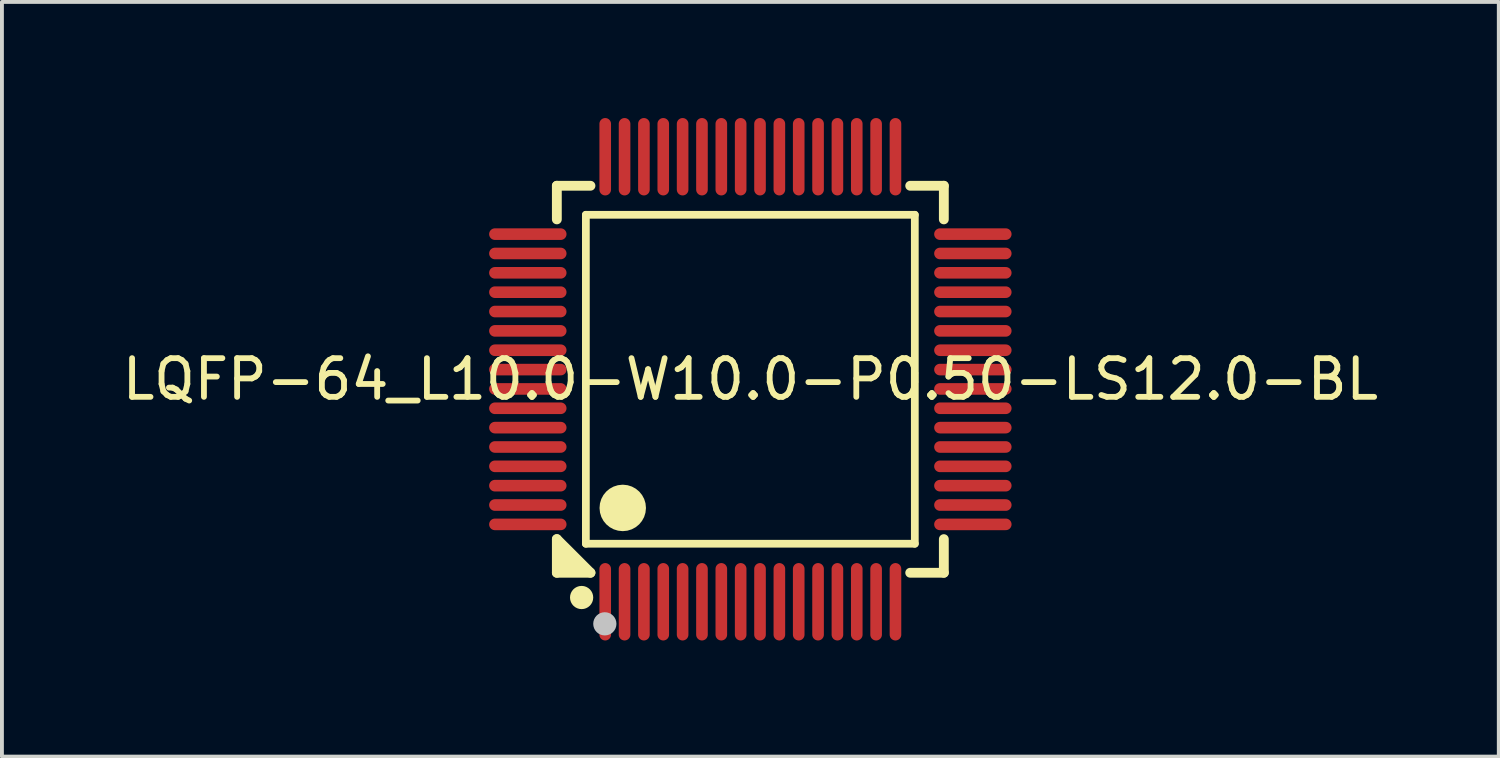
<source format=kicad_pcb>
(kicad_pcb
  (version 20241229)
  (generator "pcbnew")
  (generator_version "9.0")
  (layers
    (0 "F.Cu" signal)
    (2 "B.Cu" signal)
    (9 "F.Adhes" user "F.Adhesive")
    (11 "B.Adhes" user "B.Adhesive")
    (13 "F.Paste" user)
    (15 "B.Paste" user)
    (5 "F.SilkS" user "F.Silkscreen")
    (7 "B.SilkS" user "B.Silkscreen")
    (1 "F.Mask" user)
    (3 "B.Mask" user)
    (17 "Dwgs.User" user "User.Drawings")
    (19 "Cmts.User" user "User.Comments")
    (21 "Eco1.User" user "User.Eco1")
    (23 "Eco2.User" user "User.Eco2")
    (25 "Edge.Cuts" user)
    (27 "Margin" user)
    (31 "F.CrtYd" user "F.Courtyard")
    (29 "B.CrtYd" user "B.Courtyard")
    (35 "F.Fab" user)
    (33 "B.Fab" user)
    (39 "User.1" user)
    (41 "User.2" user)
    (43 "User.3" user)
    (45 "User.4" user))
  (footprint "LQFP-64_L10.0-W10.0-P0.50-LS12.0-BL"
    (layer "F.Cu")
    (at 16.339 6.75)
    (property "Reference" "LQFP-64_L10.0-W10.0-P0.50-LS12.0-BL" (at 0 0 0) (layer "F.SilkS") (effects (font (size 1 1) (thickness 0.15))))
    (fp_line (start -5 -5) (end -4.131 -5) (stroke (width 0.254) (type default)) (layer "F.SilkS"))
    (fp_line (start -5 -4.131) (end -5 -5) (stroke (width 0.254) (type default)) (layer "F.SilkS"))
    (fp_line (start -5 4.131) (end -4.131 5) (stroke (width 0.254) (type default)) (layer "F.SilkS"))
    (fp_line (start -5 5) (end -5 4.131) (stroke (width 0.254) (type default)) (layer "F.SilkS"))
    (fp_line (start -4.25 -4.25) (end -4.25 4.25) (stroke (width 0.2) (type default)) (layer "F.SilkS"))
    (fp_line (start -4.25 4.25) (end 4.25 4.25) (stroke (width 0.2) (type default)) (layer "F.SilkS"))
    (fp_line (start -4.131 5) (end -5 5) (stroke (width 0.254) (type default)) (layer "F.SilkS"))
    (fp_line (start 4.25 -4.25) (end -4.25 -4.25) (stroke (width 0.2) (type default)) (layer "F.SilkS"))
    (fp_line (start 4.25 4.25) (end 4.25 -4.25) (stroke (width 0.2) (type default)) (layer "F.SilkS"))
    (fp_line (start 5 -5) (end 4.131 -5) (stroke (width 0.254) (type default)) (layer "F.SilkS"))
    (fp_line (start 5 -5) (end 5 -4.131) (stroke (width 0.254) (type default)) (layer "F.SilkS"))
    (fp_line (start 5 4.131) (end 5 5) (stroke (width 0.254) (type default)) (layer "F.SilkS"))
    (fp_line (start 5 5) (end 4.131 5) (stroke (width 0.254) (type default)) (layer "F.SilkS"))
    (fp_arc (start -4.3585 5.49) (mid -4.36 5.790007) (end -4.3615 5.49) (stroke (width 0.3) (type default)) (layer "F.SilkS"))
    (fp_arc (start -3.2945 3.025) (mid -3.297 3.62501) (end -3.2995 3.025) (stroke (width 0.6) (type default)) (layer "F.SilkS"))
    (fp_poly (pts (xy -4.131 5) (xy -5 4.131) (xy -5 5)) (stroke (width 0) (type default)) (fill yes) (layer "F.SilkS"))
    (fp_circle (center -3.76 6.32) (end -3.61 6.32) (stroke (width 0.3) (type default)) (fill no) (layer "Dwgs.User"))
    (fp_poly (pts (xy -6 -3.64) (xy -6 -3.86) (xy -5.4 -3.86) (xy -5.4 -3.64)) (stroke (width 0.1) (type default)) (fill no) (layer "User.1"))
    (fp_poly (pts (xy -6 -3.14) (xy -6 -3.36) (xy -5.4 -3.36) (xy -5.4 -3.14)) (stroke (width 0.1) (type default)) (fill no) (layer "User.1"))
    (fp_poly (pts (xy -6 -2.64) (xy -6 -2.86) (xy -5.4 -2.86) (xy -5.4 -2.64)) (stroke (width 0.1) (type default)) (fill no) (layer "User.1"))
    (fp_poly (pts (xy -6 -2.14) (xy -6 -2.36) (xy -5.4 -2.36) (xy -5.4 -2.14)) (stroke (width 0.1) (type default)) (fill no) (layer "User.1"))
    (fp_poly (pts (xy -6 -1.64) (xy -6 -1.86) (xy -5.4 -1.86) (xy -5.4 -1.64)) (stroke (width 0.1) (type default)) (fill no) (layer "User.1"))
    (fp_poly (pts (xy -6 -1.14) (xy -6 -1.36) (xy -5.4 -1.36) (xy -5.4 -1.14)) (stroke (width 0.1) (type default)) (fill no) (layer "User.1"))
    (fp_poly (pts (xy -6 -0.64) (xy -6 -0.86) (xy -5.4 -0.86) (xy -5.4 -0.64)) (stroke (width 0.1) (type default)) (fill no) (layer "User.1"))
    (fp_poly (pts (xy -6 -0.14) (xy -6 -0.36) (xy -5.4 -0.36) (xy -5.4 -0.14)) (stroke (width 0.1) (type default)) (fill no) (layer "User.1"))
    (fp_poly (pts (xy -6 0.36) (xy -6 0.14) (xy -5.4 0.14) (xy -5.4 0.36)) (stroke (width 0.1) (type default)) (fill no) (layer "User.1"))
    (fp_poly (pts (xy -6 0.86) (xy -6 0.64) (xy -5.4 0.64) (xy -5.4 0.86)) (stroke (width 0.1) (type default)) (fill no) (layer "User.1"))
    (fp_poly (pts (xy -6 1.36) (xy -6 1.14) (xy -5.4 1.14) (xy -5.4 1.36)) (stroke (width 0.1) (type default)) (fill no) (layer "User.1"))
    (fp_poly (pts (xy -6 1.86) (xy -6 1.64) (xy -5.4 1.64) (xy -5.4 1.86)) (stroke (width 0.1) (type default)) (fill no) (layer "User.1"))
    (fp_poly (pts (xy -6 2.36) (xy -6 2.14) (xy -5.4 2.14) (xy -5.4 2.36)) (stroke (width 0.1) (type default)) (fill no) (layer "User.1"))
    (fp_poly (pts (xy -6 2.86) (xy -6 2.64) (xy -5.4 2.64) (xy -5.4 2.86)) (stroke (width 0.1) (type default)) (fill no) (layer "User.1"))
    (fp_poly (pts (xy -6 3.36) (xy -6 3.14) (xy -5.4 3.14) (xy -5.4 3.36)) (stroke (width 0.1) (type default)) (fill no) (layer "User.1"))
    (fp_poly (pts (xy -6 3.86) (xy -6 3.64) (xy -5.4 3.64) (xy -5.4 3.86)) (stroke (width 0.1) (type default)) (fill no) (layer "User.1"))
    (fp_poly (pts (xy -5.41 -3.64) (xy -5.41 -3.86) (xy -4.99 -3.86) (xy -4.99 -3.64)) (stroke (width 0.1) (type default)) (fill no) (layer "User.1"))
    (fp_poly (pts (xy -5.41 -3.14) (xy -5.41 -3.36) (xy -4.99 -3.36) (xy -4.99 -3.14)) (stroke (width 0.1) (type default)) (fill no) (layer "User.1"))
    (fp_poly (pts (xy -5.41 -2.64) (xy -5.41 -2.86) (xy -4.99 -2.86) (xy -4.99 -2.64)) (stroke (width 0.1) (type default)) (fill no) (layer "User.1"))
    (fp_poly (pts (xy -5.41 -2.14) (xy -5.41 -2.36) (xy -4.99 -2.36) (xy -4.99 -2.14)) (stroke (width 0.1) (type default)) (fill no) (layer "User.1"))
    (fp_poly (pts (xy -5.41 -1.64) (xy -5.41 -1.86) (xy -4.99 -1.86) (xy -4.99 -1.64)) (stroke (width 0.1) (type default)) (fill no) (layer "User.1"))
    (fp_poly (pts (xy -5.41 -1.14) (xy -5.41 -1.36) (xy -4.99 -1.36) (xy -4.99 -1.14)) (stroke (width 0.1) (type default)) (fill no) (layer "User.1"))
    (fp_poly (pts (xy -5.41 -0.64) (xy -5.41 -0.86) (xy -4.99 -0.86) (xy -4.99 -0.64)) (stroke (width 0.1) (type default)) (fill no) (layer "User.1"))
    (fp_poly (pts (xy -5.41 -0.14) (xy -5.41 -0.36) (xy -4.99 -0.36) (xy -4.99 -0.14)) (stroke (width 0.1) (type default)) (fill no) (layer "User.1"))
    (fp_poly (pts (xy -5.41 0.36) (xy -5.41 0.14) (xy -4.99 0.14) (xy -4.99 0.36)) (stroke (width 0.1) (type default)) (fill no) (layer "User.1"))
    (fp_poly (pts (xy -5.41 0.86) (xy -5.41 0.64) (xy -4.99 0.64) (xy -4.99 0.86)) (stroke (width 0.1) (type default)) (fill no) (layer "User.1"))
    (fp_poly (pts (xy -5.41 1.36) (xy -5.41 1.14) (xy -4.99 1.14) (xy -4.99 1.36)) (stroke (width 0.1) (type default)) (fill no) (layer "User.1"))
    (fp_poly (pts (xy -5.41 1.86) (xy -5.41 1.64) (xy -4.99 1.64) (xy -4.99 1.86)) (stroke (width 0.1) (type default)) (fill no) (layer "User.1"))
    (fp_poly (pts (xy -5.41 2.36) (xy -5.41 2.14) (xy -4.99 2.14) (xy -4.99 2.36)) (stroke (width 0.1) (type default)) (fill no) (layer "User.1"))
    (fp_poly (pts (xy -5.41 2.86) (xy -5.41 2.64) (xy -4.99 2.64) (xy -4.99 2.86)) (stroke (width 0.1) (type default)) (fill no) (layer "User.1"))
    (fp_poly (pts (xy -5.41 3.36) (xy -5.41 3.14) (xy -4.99 3.14) (xy -4.99 3.36)) (stroke (width 0.1) (type default)) (fill no) (layer "User.1"))
    (fp_poly (pts (xy -5.41 3.86) (xy -5.41 3.64) (xy -4.99 3.64) (xy -4.99 3.86)) (stroke (width 0.1) (type default)) (fill no) (layer "User.1"))
    (fp_poly (pts (xy -3.86 -5.4) (xy -3.86 -6) (xy -3.64 -6) (xy -3.64 -5.4)) (stroke (width 0.1) (type default)) (fill no) (layer "User.1"))
    (fp_poly (pts (xy -3.86 -4.99) (xy -3.86 -5.41) (xy -3.64 -5.41) (xy -3.64 -4.99)) (stroke (width 0.1) (type default)) (fill no) (layer "User.1"))
    (fp_poly (pts (xy -3.86 5.41) (xy -3.86 4.99) (xy -3.64 4.99) (xy -3.64 5.41)) (stroke (width 0.1) (type default)) (fill no) (layer "User.1"))
    (fp_poly (pts (xy -3.86 6) (xy -3.86 5.4) (xy -3.64 5.4) (xy -3.64 6)) (stroke (width 0.1) (type default)) (fill no) (layer "User.1"))
    (fp_poly (pts (xy -3.36 -5.4) (xy -3.36 -6) (xy -3.14 -6) (xy -3.14 -5.4)) (stroke (width 0.1) (type default)) (fill no) (layer "User.1"))
    (fp_poly (pts (xy -3.36 -4.99) (xy -3.36 -5.41) (xy -3.14 -5.41) (xy -3.14 -4.99)) (stroke (width 0.1) (type default)) (fill no) (layer "User.1"))
    (fp_poly (pts (xy -3.36 5.41) (xy -3.36 4.99) (xy -3.14 4.99) (xy -3.14 5.41)) (stroke (width 0.1) (type default)) (fill no) (layer "User.1"))
    (fp_poly (pts (xy -3.36 6) (xy -3.36 5.4) (xy -3.14 5.4) (xy -3.14 6)) (stroke (width 0.1) (type default)) (fill no) (layer "User.1"))
    (fp_poly (pts (xy -2.86 -5.4) (xy -2.86 -6) (xy -2.64 -6) (xy -2.64 -5.4)) (stroke (width 0.1) (type default)) (fill no) (layer "User.1"))
    (fp_poly (pts (xy -2.86 -4.99) (xy -2.86 -5.41) (xy -2.64 -5.41) (xy -2.64 -4.99)) (stroke (width 0.1) (type default)) (fill no) (layer "User.1"))
    (fp_poly (pts (xy -2.86 5.41) (xy -2.86 4.99) (xy -2.64 4.99) (xy -2.64 5.41)) (stroke (width 0.1) (type default)) (fill no) (layer "User.1"))
    (fp_poly (pts (xy -2.86 6) (xy -2.86 5.4) (xy -2.64 5.4) (xy -2.64 6)) (stroke (width 0.1) (type default)) (fill no) (layer "User.1"))
    (fp_poly (pts (xy -2.36 -5.4) (xy -2.36 -6) (xy -2.14 -6) (xy -2.14 -5.4)) (stroke (width 0.1) (type default)) (fill no) (layer "User.1"))
    (fp_poly (pts (xy -2.36 -4.99) (xy -2.36 -5.41) (xy -2.14 -5.41) (xy -2.14 -4.99)) (stroke (width 0.1) (type default)) (fill no) (layer "User.1"))
    (fp_poly (pts (xy -2.36 5.41) (xy -2.36 4.99) (xy -2.14 4.99) (xy -2.14 5.41)) (stroke (width 0.1) (type default)) (fill no) (layer "User.1"))
    (fp_poly (pts (xy -2.36 6) (xy -2.36 5.4) (xy -2.14 5.4) (xy -2.14 6)) (stroke (width 0.1) (type default)) (fill no) (layer "User.1"))
    (fp_poly (pts (xy -1.86 -5.4) (xy -1.86 -6) (xy -1.64 -6) (xy -1.64 -5.4)) (stroke (width 0.1) (type default)) (fill no) (layer "User.1"))
    (fp_poly (pts (xy -1.86 -4.99) (xy -1.86 -5.41) (xy -1.64 -5.41) (xy -1.64 -4.99)) (stroke (width 0.1) (type default)) (fill no) (layer "User.1"))
    (fp_poly (pts (xy -1.86 5.41) (xy -1.86 4.99) (xy -1.64 4.99) (xy -1.64 5.41)) (stroke (width 0.1) (type default)) (fill no) (layer "User.1"))
    (fp_poly (pts (xy -1.86 6) (xy -1.86 5.4) (xy -1.64 5.4) (xy -1.64 6)) (stroke (width 0.1) (type default)) (fill no) (layer "User.1"))
    (fp_poly (pts (xy -1.36 -5.4) (xy -1.36 -6) (xy -1.14 -6) (xy -1.14 -5.4)) (stroke (width 0.1) (type default)) (fill no) (layer "User.1"))
    (fp_poly (pts (xy -1.36 -4.99) (xy -1.36 -5.41) (xy -1.14 -5.41) (xy -1.14 -4.99)) (stroke (width 0.1) (type default)) (fill no) (layer "User.1"))
    (fp_poly (pts (xy -1.36 5.41) (xy -1.36 4.99) (xy -1.14 4.99) (xy -1.14 5.41)) (stroke (width 0.1) (type default)) (fill no) (layer "User.1"))
    (fp_poly (pts (xy -1.36 6) (xy -1.36 5.4) (xy -1.14 5.4) (xy -1.14 6)) (stroke (width 0.1) (type default)) (fill no) (layer "User.1"))
    (fp_poly (pts (xy -0.86 -5.4) (xy -0.86 -6) (xy -0.64 -6) (xy -0.64 -5.4)) (stroke (width 0.1) (type default)) (fill no) (layer "User.1"))
    (fp_poly (pts (xy -0.86 -4.99) (xy -0.86 -5.41) (xy -0.64 -5.41) (xy -0.64 -4.99)) (stroke (width 0.1) (type default)) (fill no) (layer "User.1"))
    (fp_poly (pts (xy -0.86 5.41) (xy -0.86 4.99) (xy -0.64 4.99) (xy -0.64 5.41)) (stroke (width 0.1) (type default)) (fill no) (layer "User.1"))
    (fp_poly (pts (xy -0.86 6) (xy -0.86 5.4) (xy -0.64 5.4) (xy -0.64 6)) (stroke (width 0.1) (type default)) (fill no) (layer "User.1"))
    (fp_poly (pts (xy -0.36 -5.4) (xy -0.36 -6) (xy -0.14 -6) (xy -0.14 -5.4)) (stroke (width 0.1) (type default)) (fill no) (layer "User.1"))
    (fp_poly (pts (xy -0.36 -4.99) (xy -0.36 -5.41) (xy -0.14 -5.41) (xy -0.14 -4.99)) (stroke (width 0.1) (type default)) (fill no) (layer "User.1"))
    (fp_poly (pts (xy -0.36 5.41) (xy -0.36 4.99) (xy -0.14 4.99) (xy -0.14 5.41)) (stroke (width 0.1) (type default)) (fill no) (layer "User.1"))
    (fp_poly (pts (xy -0.36 6) (xy -0.36 5.4) (xy -0.14 5.4) (xy -0.14 6)) (stroke (width 0.1) (type default)) (fill no) (layer "User.1"))
    (fp_poly (pts (xy 0.14 -5.4) (xy 0.14 -6) (xy 0.36 -6) (xy 0.36 -5.4)) (stroke (width 0.1) (type default)) (fill no) (layer "User.1"))
    (fp_poly (pts (xy 0.14 -4.99) (xy 0.14 -5.41) (xy 0.36 -5.41) (xy 0.36 -4.99)) (stroke (width 0.1) (type default)) (fill no) (layer "User.1"))
    (fp_poly (pts (xy 0.14 5.41) (xy 0.14 4.99) (xy 0.36 4.99) (xy 0.36 5.41)) (stroke (width 0.1) (type default)) (fill no) (layer "User.1"))
    (fp_poly (pts (xy 0.14 6) (xy 0.14 5.4) (xy 0.36 5.4) (xy 0.36 6)) (stroke (width 0.1) (type default)) (fill no) (layer "User.1"))
    (fp_poly (pts (xy 0.64 -5.4) (xy 0.64 -6) (xy 0.86 -6) (xy 0.86 -5.4)) (stroke (width 0.1) (type default)) (fill no) (layer "User.1"))
    (fp_poly (pts (xy 0.64 -4.99) (xy 0.64 -5.41) (xy 0.86 -5.41) (xy 0.86 -4.99)) (stroke (width 0.1) (type default)) (fill no) (layer "User.1"))
    (fp_poly (pts (xy 0.64 5.41) (xy 0.64 4.99) (xy 0.86 4.99) (xy 0.86 5.41)) (stroke (width 0.1) (type default)) (fill no) (layer "User.1"))
    (fp_poly (pts (xy 0.64 6) (xy 0.64 5.4) (xy 0.86 5.4) (xy 0.86 6)) (stroke (width 0.1) (type default)) (fill no) (layer "User.1"))
    (fp_poly (pts (xy 1.14 -5.4) (xy 1.14 -6) (xy 1.36 -6) (xy 1.36 -5.4)) (stroke (width 0.1) (type default)) (fill no) (layer "User.1"))
    (fp_poly (pts (xy 1.14 -4.99) (xy 1.14 -5.41) (xy 1.36 -5.41) (xy 1.36 -4.99)) (stroke (width 0.1) (type default)) (fill no) (layer "User.1"))
    (fp_poly (pts (xy 1.14 5.41) (xy 1.14 4.99) (xy 1.36 4.99) (xy 1.36 5.41)) (stroke (width 0.1) (type default)) (fill no) (layer "User.1"))
    (fp_poly (pts (xy 1.14 6) (xy 1.14 5.4) (xy 1.36 5.4) (xy 1.36 6)) (stroke (width 0.1) (type default)) (fill no) (layer "User.1"))
    (fp_poly (pts (xy 1.64 -5.4) (xy 1.64 -6) (xy 1.86 -6) (xy 1.86 -5.4)) (stroke (width 0.1) (type default)) (fill no) (layer "User.1"))
    (fp_poly (pts (xy 1.64 -4.99) (xy 1.64 -5.41) (xy 1.86 -5.41) (xy 1.86 -4.99)) (stroke (width 0.1) (type default)) (fill no) (layer "User.1"))
    (fp_poly (pts (xy 1.64 5.41) (xy 1.64 4.99) (xy 1.86 4.99) (xy 1.86 5.41)) (stroke (width 0.1) (type default)) (fill no) (layer "User.1"))
    (fp_poly (pts (xy 1.64 6) (xy 1.64 5.4) (xy 1.86 5.4) (xy 1.86 6)) (stroke (width 0.1) (type default)) (fill no) (layer "User.1"))
    (fp_poly (pts (xy 2.14 -5.4) (xy 2.14 -6) (xy 2.36 -6) (xy 2.36 -5.4)) (stroke (width 0.1) (type default)) (fill no) (layer "User.1"))
    (fp_poly (pts (xy 2.14 -4.99) (xy 2.14 -5.41) (xy 2.36 -5.41) (xy 2.36 -4.99)) (stroke (width 0.1) (type default)) (fill no) (layer "User.1"))
    (fp_poly (pts (xy 2.14 5.41) (xy 2.14 4.99) (xy 2.36 4.99) (xy 2.36 5.41)) (stroke (width 0.1) (type default)) (fill no) (layer "User.1"))
    (fp_poly (pts (xy 2.14 6) (xy 2.14 5.4) (xy 2.36 5.4) (xy 2.36 6)) (stroke (width 0.1) (type default)) (fill no) (layer "User.1"))
    (fp_poly (pts (xy 2.64 -5.4) (xy 2.64 -6) (xy 2.86 -6) (xy 2.86 -5.4)) (stroke (width 0.1) (type default)) (fill no) (layer "User.1"))
    (fp_poly (pts (xy 2.64 -4.99) (xy 2.64 -5.41) (xy 2.86 -5.41) (xy 2.86 -4.99)) (stroke (width 0.1) (type default)) (fill no) (layer "User.1"))
    (fp_poly (pts (xy 2.64 5.41) (xy 2.64 4.99) (xy 2.86 4.99) (xy 2.86 5.41)) (stroke (width 0.1) (type default)) (fill no) (layer "User.1"))
    (fp_poly (pts (xy 2.64 6) (xy 2.64 5.4) (xy 2.86 5.4) (xy 2.86 6)) (stroke (width 0.1) (type default)) (fill no) (layer "User.1"))
    (fp_poly (pts (xy 3.14 -5.4) (xy 3.14 -6) (xy 3.36 -6) (xy 3.36 -5.4)) (stroke (width 0.1) (type default)) (fill no) (layer "User.1"))
    (fp_poly (pts (xy 3.14 -4.99) (xy 3.14 -5.41) (xy 3.36 -5.41) (xy 3.36 -4.99)) (stroke (width 0.1) (type default)) (fill no) (layer "User.1"))
    (fp_poly (pts (xy 3.14 5.41) (xy 3.14 4.99) (xy 3.36 4.99) (xy 3.36 5.41)) (stroke (width 0.1) (type default)) (fill no) (layer "User.1"))
    (fp_poly (pts (xy 3.14 6) (xy 3.14 5.4) (xy 3.36 5.4) (xy 3.36 6)) (stroke (width 0.1) (type default)) (fill no) (layer "User.1"))
    (fp_poly (pts (xy 3.64 -5.4) (xy 3.64 -6) (xy 3.86 -6) (xy 3.86 -5.4)) (stroke (width 0.1) (type default)) (fill no) (layer "User.1"))
    (fp_poly (pts (xy 3.64 -4.99) (xy 3.64 -5.41) (xy 3.86 -5.41) (xy 3.86 -4.99)) (stroke (width 0.1) (type default)) (fill no) (layer "User.1"))
    (fp_poly (pts (xy 3.64 5.41) (xy 3.64 4.99) (xy 3.86 4.99) (xy 3.86 5.41)) (stroke (width 0.1) (type default)) (fill no) (layer "User.1"))
    (fp_poly (pts (xy 3.64 6) (xy 3.64 5.4) (xy 3.86 5.4) (xy 3.86 6)) (stroke (width 0.1) (type default)) (fill no) (layer "User.1"))
    (fp_poly (pts (xy 4.99 -3.64) (xy 4.99 -3.86) (xy 5.41 -3.86) (xy 5.41 -3.64)) (stroke (width 0.1) (type default)) (fill no) (layer "User.1"))
    (fp_poly (pts (xy 4.99 -3.14) (xy 4.99 -3.36) (xy 5.41 -3.36) (xy 5.41 -3.14)) (stroke (width 0.1) (type default)) (fill no) (layer "User.1"))
    (fp_poly (pts (xy 4.99 -2.64) (xy 4.99 -2.86) (xy 5.41 -2.86) (xy 5.41 -2.64)) (stroke (width 0.1) (type default)) (fill no) (layer "User.1"))
    (fp_poly (pts (xy 4.99 -2.14) (xy 4.99 -2.36) (xy 5.41 -2.36) (xy 5.41 -2.14)) (stroke (width 0.1) (type default)) (fill no) (layer "User.1"))
    (fp_poly (pts (xy 4.99 -1.64) (xy 4.99 -1.86) (xy 5.41 -1.86) (xy 5.41 -1.64)) (stroke (width 0.1) (type default)) (fill no) (layer "User.1"))
    (fp_poly (pts (xy 4.99 -1.14) (xy 4.99 -1.36) (xy 5.41 -1.36) (xy 5.41 -1.14)) (stroke (width 0.1) (type default)) (fill no) (layer "User.1"))
    (fp_poly (pts (xy 4.99 -0.64) (xy 4.99 -0.86) (xy 5.41 -0.86) (xy 5.41 -0.64)) (stroke (width 0.1) (type default)) (fill no) (layer "User.1"))
    (fp_poly (pts (xy 4.99 -0.14) (xy 4.99 -0.36) (xy 5.41 -0.36) (xy 5.41 -0.14)) (stroke (width 0.1) (type default)) (fill no) (layer "User.1"))
    (fp_poly (pts (xy 4.99 0.36) (xy 4.99 0.14) (xy 5.41 0.14) (xy 5.41 0.36)) (stroke (width 0.1) (type default)) (fill no) (layer "User.1"))
    (fp_poly (pts (xy 4.99 0.86) (xy 4.99 0.64) (xy 5.41 0.64) (xy 5.41 0.86)) (stroke (width 0.1) (type default)) (fill no) (layer "User.1"))
    (fp_poly (pts (xy 4.99 1.36) (xy 4.99 1.14) (xy 5.41 1.14) (xy 5.41 1.36)) (stroke (width 0.1) (type default)) (fill no) (layer "User.1"))
    (fp_poly (pts (xy 4.99 1.86) (xy 4.99 1.64) (xy 5.41 1.64) (xy 5.41 1.86)) (stroke (width 0.1) (type default)) (fill no) (layer "User.1"))
    (fp_poly (pts (xy 4.99 2.36) (xy 4.99 2.14) (xy 5.41 2.14) (xy 5.41 2.36)) (stroke (width 0.1) (type default)) (fill no) (layer "User.1"))
    (fp_poly (pts (xy 4.99 2.86) (xy 4.99 2.64) (xy 5.41 2.64) (xy 5.41 2.86)) (stroke (width 0.1) (type default)) (fill no) (layer "User.1"))
    (fp_poly (pts (xy 4.99 3.36) (xy 4.99 3.14) (xy 5.41 3.14) (xy 5.41 3.36)) (stroke (width 0.1) (type default)) (fill no) (layer "User.1"))
    (fp_poly (pts (xy 4.99 3.86) (xy 4.99 3.64) (xy 5.41 3.64) (xy 5.41 3.86)) (stroke (width 0.1) (type default)) (fill no) (layer "User.1"))
    (fp_poly (pts (xy 5.4 -3.64) (xy 5.4 -3.86) (xy 6 -3.86) (xy 6 -3.64)) (stroke (width 0.1) (type default)) (fill no) (layer "User.1"))
    (fp_poly (pts (xy 5.4 -3.14) (xy 5.4 -3.36) (xy 6 -3.36) (xy 6 -3.14)) (stroke (width 0.1) (type default)) (fill no) (layer "User.1"))
    (fp_poly (pts (xy 5.4 -2.64) (xy 5.4 -2.86) (xy 6 -2.86) (xy 6 -2.64)) (stroke (width 0.1) (type default)) (fill no) (layer "User.1"))
    (fp_poly (pts (xy 5.4 -2.14) (xy 5.4 -2.36) (xy 6 -2.36) (xy 6 -2.14)) (stroke (width 0.1) (type default)) (fill no) (layer "User.1"))
    (fp_poly (pts (xy 5.4 -1.64) (xy 5.4 -1.86) (xy 6 -1.86) (xy 6 -1.64)) (stroke (width 0.1) (type default)) (fill no) (layer "User.1"))
    (fp_poly (pts (xy 5.4 -1.14) (xy 5.4 -1.36) (xy 6 -1.36) (xy 6 -1.14)) (stroke (width 0.1) (type default)) (fill no) (layer "User.1"))
    (fp_poly (pts (xy 5.4 -0.64) (xy 5.4 -0.86) (xy 6 -0.86) (xy 6 -0.64)) (stroke (width 0.1) (type default)) (fill no) (layer "User.1"))
    (fp_poly (pts (xy 5.4 -0.14) (xy 5.4 -0.36) (xy 6 -0.36) (xy 6 -0.14)) (stroke (width 0.1) (type default)) (fill no) (layer "User.1"))
    (fp_poly (pts (xy 5.4 0.36) (xy 5.4 0.14) (xy 6 0.14) (xy 6 0.36)) (stroke (width 0.1) (type default)) (fill no) (layer "User.1"))
    (fp_poly (pts (xy 5.4 0.86) (xy 5.4 0.64) (xy 6 0.64) (xy 6 0.86)) (stroke (width 0.1) (type default)) (fill no) (layer "User.1"))
    (fp_poly (pts (xy 5.4 1.36) (xy 5.4 1.14) (xy 6 1.14) (xy 6 1.36)) (stroke (width 0.1) (type default)) (fill no) (layer "User.1"))
    (fp_poly (pts (xy 5.4 1.86) (xy 5.4 1.64) (xy 6 1.64) (xy 6 1.86)) (stroke (width 0.1) (type default)) (fill no) (layer "User.1"))
    (fp_poly (pts (xy 5.4 2.36) (xy 5.4 2.14) (xy 6 2.14) (xy 6 2.36)) (stroke (width 0.1) (type default)) (fill no) (layer "User.1"))
    (fp_poly (pts (xy 5.4 2.86) (xy 5.4 2.64) (xy 6 2.64) (xy 6 2.86)) (stroke (width 0.1) (type default)) (fill no) (layer "User.1"))
    (fp_poly (pts (xy 5.4 3.36) (xy 5.4 3.14) (xy 6 3.14) (xy 6 3.36)) (stroke (width 0.1) (type default)) (fill no) (layer "User.1"))
    (fp_poly (pts (xy 5.4 3.86) (xy 5.4 3.64) (xy 6 3.64) (xy 6 3.86)) (stroke (width 0.1) (type default)) (fill no) (layer "User.1"))
    (fp_line (start -5 -5) (end 5 -5) (stroke (width 0.051) (type default)) (layer "User.2"))
    (fp_line (start -5 5) (end -5 -5) (stroke (width 0.051) (type default)) (layer "User.2"))
    (fp_line (start 5 -5) (end 5 5) (stroke (width 0.051) (type default)) (layer "User.2"))
    (fp_line (start 5 5) (end -5 5) (stroke (width 0.051) (type default)) (layer "User.2"))
    (fp_poly (pts (xy -5.945 5.977) (xy -5.977 5.945) (xy -6.023 5.945) (xy -6.055 5.977) (xy -6.055 6.023) (xy -6.023 6.055) (xy -5.977 6.055) (xy -5.945 6.023)) (stroke (width 0.1) (type default)) (fill no) (layer "User.3"))
    (pad "1" smd oval (at -3.75 5.75) (size 0.3 2) (layers "F.Cu" "F.Mask" "F.Paste"))
    (pad "2" smd oval (at -3.25 5.75) (size 0.3 2) (layers "F.Cu" "F.Mask" "F.Paste"))
    (pad "3" smd oval (at -2.75 5.75) (size 0.3 2) (layers "F.Cu" "F.Mask" "F.Paste"))
    (pad "4" smd oval (at -2.25 5.75) (size 0.3 2) (layers "F.Cu" "F.Mask" "F.Paste"))
    (pad "5" smd oval (at -1.75 5.75) (size 0.3 2) (layers "F.Cu" "F.Mask" "F.Paste"))
    (pad "6" smd oval (at -1.25 5.75) (size 0.3 2) (layers "F.Cu" "F.Mask" "F.Paste"))
    (pad "7" smd oval (at -0.75 5.75) (size 0.3 2) (layers "F.Cu" "F.Mask" "F.Paste"))
    (pad "8" smd oval (at -0.25 5.75) (size 0.3 2) (layers "F.Cu" "F.Mask" "F.Paste"))
    (pad "9" smd oval (at 0.25 5.75) (size 0.3 2) (layers "F.Cu" "F.Mask" "F.Paste"))
    (pad "10" smd oval (at 0.75 5.75) (size 0.3 2) (layers "F.Cu" "F.Mask" "F.Paste"))
    (pad "11" smd oval (at 1.25 5.75) (size 0.3 2) (layers "F.Cu" "F.Mask" "F.Paste"))
    (pad "12" smd oval (at 1.75 5.75) (size 0.3 2) (layers "F.Cu" "F.Mask" "F.Paste"))
    (pad "13" smd oval (at 2.25 5.75) (size 0.3 2) (layers "F.Cu" "F.Mask" "F.Paste"))
    (pad "14" smd oval (at 2.75 5.75) (size 0.3 2) (layers "F.Cu" "F.Mask" "F.Paste"))
    (pad "15" smd oval (at 3.25 5.75) (size 0.3 2) (layers "F.Cu" "F.Mask" "F.Paste"))
    (pad "16" smd oval (at 3.75 5.75) (size 0.3 2) (layers "F.Cu" "F.Mask" "F.Paste"))
    (pad "17" smd oval (at 5.75 3.75) (size 2 0.3) (layers "F.Cu" "F.Mask" "F.Paste"))
    (pad "18" smd oval (at 5.75 3.25) (size 2 0.3) (layers "F.Cu" "F.Mask" "F.Paste"))
    (pad "19" smd oval (at 5.75 2.75) (size 2 0.3) (layers "F.Cu" "F.Mask" "F.Paste"))
    (pad "20" smd oval (at 5.75 2.25) (size 2 0.3) (layers "F.Cu" "F.Mask" "F.Paste"))
    (pad "21" smd oval (at 5.75 1.75) (size 2 0.3) (layers "F.Cu" "F.Mask" "F.Paste"))
    (pad "22" smd oval (at 5.75 1.25) (size 2 0.3) (layers "F.Cu" "F.Mask" "F.Paste"))
    (pad "23" smd oval (at 5.75 0.75) (size 2 0.3) (layers "F.Cu" "F.Mask" "F.Paste"))
    (pad "24" smd oval (at 5.75 0.25) (size 2 0.3) (layers "F.Cu" "F.Mask" "F.Paste"))
    (pad "25" smd oval (at 5.75 -0.25) (size 2 0.3) (layers "F.Cu" "F.Mask" "F.Paste"))
    (pad "26" smd oval (at 5.75 -0.75) (size 2 0.3) (layers "F.Cu" "F.Mask" "F.Paste"))
    (pad "27" smd oval (at 5.75 -1.25) (size 2 0.3) (layers "F.Cu" "F.Mask" "F.Paste"))
    (pad "28" smd oval (at 5.75 -1.75) (size 2 0.3) (layers "F.Cu" "F.Mask" "F.Paste"))
    (pad "29" smd oval (at 5.75 -2.25) (size 2 0.3) (layers "F.Cu" "F.Mask" "F.Paste"))
    (pad "30" smd oval (at 5.75 -2.75) (size 2 0.3) (layers "F.Cu" "F.Mask" "F.Paste"))
    (pad "31" smd oval (at 5.75 -3.25) (size 2 0.3) (layers "F.Cu" "F.Mask" "F.Paste"))
    (pad "32" smd oval (at 5.75 -3.75) (size 2 0.3) (layers "F.Cu" "F.Mask" "F.Paste"))
    (pad "33" smd oval (at 3.75 -5.75) (size 0.3 2) (layers "F.Cu" "F.Mask" "F.Paste"))
    (pad "34" smd oval (at 3.25 -5.75) (size 0.3 2) (layers "F.Cu" "F.Mask" "F.Paste"))
    (pad "35" smd oval (at 2.75 -5.75) (size 0.3 2) (layers "F.Cu" "F.Mask" "F.Paste"))
    (pad "36" smd oval (at 2.25 -5.75) (size 0.3 2) (layers "F.Cu" "F.Mask" "F.Paste"))
    (pad "37" smd oval (at 1.75 -5.75) (size 0.3 2) (layers "F.Cu" "F.Mask" "F.Paste"))
    (pad "38" smd oval (at 1.25 -5.75) (size 0.3 2) (layers "F.Cu" "F.Mask" "F.Paste"))
    (pad "39" smd oval (at 0.75 -5.75) (size 0.3 2) (layers "F.Cu" "F.Mask" "F.Paste"))
    (pad "40" smd oval (at 0.25 -5.75) (size 0.3 2) (layers "F.Cu" "F.Mask" "F.Paste"))
    (pad "41" smd oval (at -0.25 -5.75) (size 0.3 2) (layers "F.Cu" "F.Mask" "F.Paste"))
    (pad "42" smd oval (at -0.75 -5.75) (size 0.3 2) (layers "F.Cu" "F.Mask" "F.Paste"))
    (pad "43" smd oval (at -1.25 -5.75) (size 0.3 2) (layers "F.Cu" "F.Mask" "F.Paste"))
    (pad "44" smd oval (at -1.75 -5.75) (size 0.3 2) (layers "F.Cu" "F.Mask" "F.Paste"))
    (pad "45" smd oval (at -2.25 -5.75) (size 0.3 2) (layers "F.Cu" "F.Mask" "F.Paste"))
    (pad "46" smd oval (at -2.75 -5.75) (size 0.3 2) (layers "F.Cu" "F.Mask" "F.Paste"))
    (pad "47" smd oval (at -3.25 -5.75) (size 0.3 2) (layers "F.Cu" "F.Mask" "F.Paste"))
    (pad "48" smd oval (at -3.75 -5.75) (size 0.3 2) (layers "F.Cu" "F.Mask" "F.Paste"))
    (pad "49" smd oval (at -5.75 -3.75) (size 2 0.3) (layers "F.Cu" "F.Mask" "F.Paste"))
    (pad "50" smd oval (at -5.75 -3.25) (size 2 0.3) (layers "F.Cu" "F.Mask" "F.Paste"))
    (pad "51" smd oval (at -5.75 -2.75) (size 2 0.3) (layers "F.Cu" "F.Mask" "F.Paste"))
    (pad "52" smd oval (at -5.75 -2.25) (size 2 0.3) (layers "F.Cu" "F.Mask" "F.Paste"))
    (pad "53" smd oval (at -5.75 -1.75) (size 2 0.3) (layers "F.Cu" "F.Mask" "F.Paste"))
    (pad "54" smd oval (at -5.75 -1.25) (size 2 0.3) (layers "F.Cu" "F.Mask" "F.Paste"))
    (pad "55" smd oval (at -5.75 -0.75) (size 2 0.3) (layers "F.Cu" "F.Mask" "F.Paste"))
    (pad "56" smd oval (at -5.75 -0.25) (size 2 0.3) (layers "F.Cu" "F.Mask" "F.Paste"))
    (pad "57" smd oval (at -5.75 0.25) (size 2 0.3) (layers "F.Cu" "F.Mask" "F.Paste"))
    (pad "58" smd oval (at -5.75 0.75) (size 2 0.3) (layers "F.Cu" "F.Mask" "F.Paste"))
    (pad "59" smd oval (at -5.75 1.25) (size 2 0.3) (layers "F.Cu" "F.Mask" "F.Paste"))
    (pad "60" smd oval (at -5.75 1.75) (size 2 0.3) (layers "F.Cu" "F.Mask" "F.Paste"))
    (pad "61" smd oval (at -5.75 2.25) (size 2 0.3) (layers "F.Cu" "F.Mask" "F.Paste"))
    (pad "62" smd oval (at -5.75 2.75) (size 2 0.3) (layers "F.Cu" "F.Mask" "F.Paste"))
    (pad "63" smd oval (at -5.75 3.25) (size 2 0.3) (layers "F.Cu" "F.Mask" "F.Paste"))
    (pad "64" smd oval (at -5.75 3.75) (size 2 0.3) (layers "F.Cu" "F.Mask" "F.Paste")))
  (gr_rect
    (start -3 -3)
    (end 35.679 16.5)
    (stroke (width 0.1) (type default))
    (fill no)
    (layer "Edge.Cuts")))
</source>
